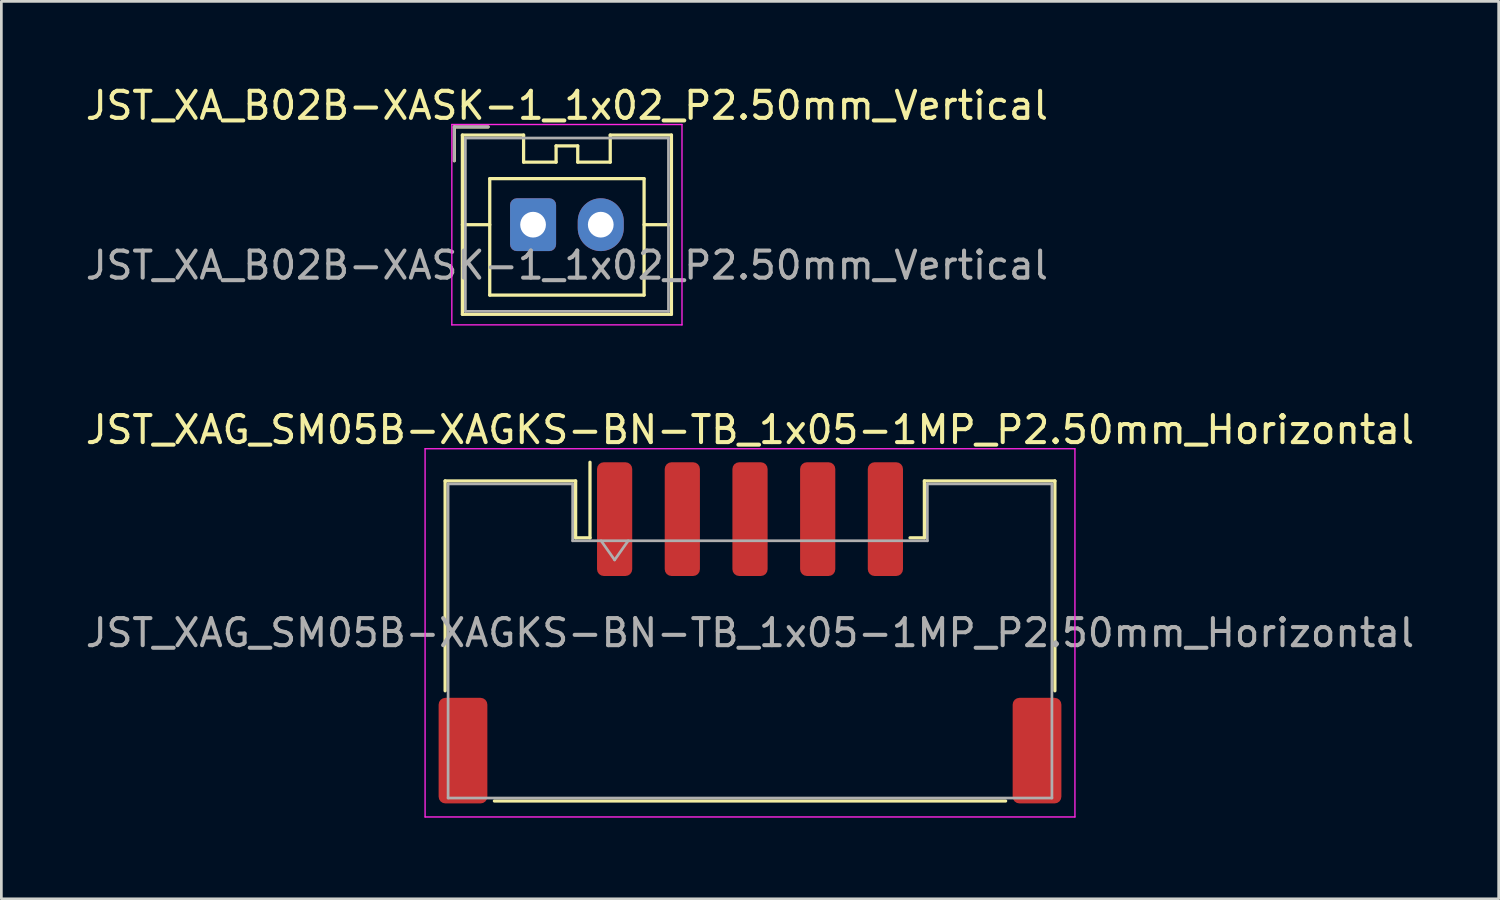
<source format=kicad_pcb>
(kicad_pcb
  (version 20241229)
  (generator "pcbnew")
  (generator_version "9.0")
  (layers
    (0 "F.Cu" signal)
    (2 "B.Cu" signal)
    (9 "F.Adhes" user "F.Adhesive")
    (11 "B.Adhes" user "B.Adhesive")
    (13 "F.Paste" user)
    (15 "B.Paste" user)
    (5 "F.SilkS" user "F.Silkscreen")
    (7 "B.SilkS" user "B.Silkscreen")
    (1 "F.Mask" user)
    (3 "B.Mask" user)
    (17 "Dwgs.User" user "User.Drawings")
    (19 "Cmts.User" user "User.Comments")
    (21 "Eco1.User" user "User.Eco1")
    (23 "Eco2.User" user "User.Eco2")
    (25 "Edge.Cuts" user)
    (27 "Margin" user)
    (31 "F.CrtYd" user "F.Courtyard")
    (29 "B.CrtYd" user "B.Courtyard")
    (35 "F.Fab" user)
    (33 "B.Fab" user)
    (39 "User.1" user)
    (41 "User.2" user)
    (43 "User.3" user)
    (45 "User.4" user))
  (footprint "JST_XA_B02B-XASK-1_1x02_P2.50mm_Vertical"
    (layer "F.Cu")
    (at 16.637 5.248)
    (property "Reference" "JST_XA_B02B-XASK-1_1x02_P2.50mm_Vertical" (at 1.25 -4.4 0) (layer "F.SilkS") (effects (font (size 1 1) (thickness 0.15))))
    (attr through_hole)
    (fp_line (start -2.91 -3.61) (end -2.91 -2.36) (stroke (width 0.12) (type solid)) (layer "F.SilkS"))
    (fp_line (start -2.61 -3.31) (end -2.61 3.31) (stroke (width 0.12) (type solid)) (layer "F.SilkS"))
    (fp_line (start -2.61 0) (end -1.6 0) (stroke (width 0.12) (type solid)) (layer "F.SilkS"))
    (fp_line (start -2.61 3.31) (end 5.11 3.31) (stroke (width 0.12) (type solid)) (layer "F.SilkS"))
    (fp_line (start -1.66 -3.61) (end -2.91 -3.61) (stroke (width 0.12) (type solid)) (layer "F.SilkS"))
    (fp_line (start -1.6 -1.7) (end -1.6 2.6) (stroke (width 0.12) (type solid)) (layer "F.SilkS"))
    (fp_line (start -1.6 2.6) (end 4.1 2.6) (stroke (width 0.12) (type solid)) (layer "F.SilkS"))
    (fp_line (start -0.35 -3.31) (end -2.61 -3.31) (stroke (width 0.12) (type solid)) (layer "F.SilkS"))
    (fp_line (start -0.35 -2.31) (end -0.35 -3.31) (stroke (width 0.12) (type solid)) (layer "F.SilkS"))
    (fp_line (start 0.85 -2.91) (end 0.85 -2.31) (stroke (width 0.12) (type solid)) (layer "F.SilkS"))
    (fp_line (start 0.85 -2.31) (end -0.35 -2.31) (stroke (width 0.12) (type solid)) (layer "F.SilkS"))
    (fp_line (start 1.65 -2.91) (end 0.85 -2.91) (stroke (width 0.12) (type solid)) (layer "F.SilkS"))
    (fp_line (start 1.65 -2.31) (end 1.65 -2.91) (stroke (width 0.12) (type solid)) (layer "F.SilkS"))
    (fp_line (start 2.85 -3.31) (end 2.85 -2.31) (stroke (width 0.12) (type solid)) (layer "F.SilkS"))
    (fp_line (start 2.85 -2.31) (end 1.65 -2.31) (stroke (width 0.12) (type solid)) (layer "F.SilkS"))
    (fp_line (start 4.1 -1.7) (end -1.6 -1.7) (stroke (width 0.12) (type solid)) (layer "F.SilkS"))
    (fp_line (start 4.1 2.6) (end 4.1 -1.7) (stroke (width 0.12) (type solid)) (layer "F.SilkS"))
    (fp_line (start 5.11 -3.31) (end 2.85 -3.31) (stroke (width 0.12) (type solid)) (layer "F.SilkS"))
    (fp_line (start 5.11 0) (end 4.1 0) (stroke (width 0.12) (type solid)) (layer "F.SilkS"))
    (fp_line (start 5.11 3.31) (end 5.11 -3.31) (stroke (width 0.12) (type solid)) (layer "F.SilkS"))
    (fp_line (start -3 -3.7) (end -3 3.7) (stroke (width 0.05) (type solid)) (layer "F.CrtYd"))
    (fp_line (start -3 3.7) (end 5.5 3.7) (stroke (width 0.05) (type solid)) (layer "F.CrtYd"))
    (fp_line (start 5.5 -3.7) (end -3 -3.7) (stroke (width 0.05) (type solid)) (layer "F.CrtYd"))
    (fp_line (start 5.5 3.7) (end 5.5 -3.7) (stroke (width 0.05) (type solid)) (layer "F.CrtYd"))
    (fp_line (start -2.91 -3.61) (end -2.91 -2.36) (stroke (width 0.1) (type solid)) (layer "F.Fab"))
    (fp_line (start -2.5 -3.2) (end -2.5 3.2) (stroke (width 0.1) (type solid)) (layer "F.Fab"))
    (fp_line (start -2.5 3.2) (end 5 3.2) (stroke (width 0.1) (type solid)) (layer "F.Fab"))
    (fp_line (start -1.66 -3.61) (end -2.91 -3.61) (stroke (width 0.1) (type solid)) (layer "F.Fab"))
    (fp_line (start 5 -3.2) (end -2.5 -3.2) (stroke (width 0.1) (type solid)) (layer "F.Fab"))
    (fp_line (start 5 3.2) (end 5 -3.2) (stroke (width 0.1) (type solid)) (layer "F.Fab"))
    (fp_text user "${REFERENCE}" (at 1.25 1.5 0) (layer "F.Fab") (effects (font (size 1 1) (thickness 0.15))))
    (pad "1" thru_hole roundrect (at 0 0) (size 1.7 1.95) (drill 0.95) (layers "*.Cu" "*.Mask") (roundrect_rratio 0.147))
    (pad "2" thru_hole oval (at 2.5 0) (size 1.7 1.95) (drill 0.95) (layers "*.Cu" "*.Mask")))
  (footprint "JST_XAG_SM05B-XAGKS-BN-TB_1x05-1MP_P2.50mm_Horizontal"
    (layer "F.Cu")
    (at 24.649 20.322)
    (property "Reference" "JST_XAG_SM05B-XAGKS-BN-TB_1x05-1MP_P2.50mm_Horizontal" (at 0 -7.5 0) (layer "F.SilkS") (effects (font (size 1 1) (thickness 0.15))))
    (attr smd)
    (fp_line (start -11.26 -5.61) (end -6.44 -5.61) (stroke (width 0.12) (type solid)) (layer "F.SilkS"))
    (fp_line (start -11.26 2.14) (end -11.26 -5.61) (stroke (width 0.12) (type solid)) (layer "F.SilkS"))
    (fp_line (start -9.44 6.21) (end 9.44 6.21) (stroke (width 0.12) (type solid)) (layer "F.SilkS"))
    (fp_line (start -6.44 -5.61) (end -6.44 -3.51) (stroke (width 0.12) (type solid)) (layer "F.SilkS"))
    (fp_line (start -6.44 -3.51) (end -5.91 -3.51) (stroke (width 0.12) (type solid)) (layer "F.SilkS"))
    (fp_line (start -5.91 -3.51) (end -5.91 -6.3) (stroke (width 0.12) (type solid)) (layer "F.SilkS"))
    (fp_line (start 6.44 -5.61) (end 6.44 -3.51) (stroke (width 0.12) (type solid)) (layer "F.SilkS"))
    (fp_line (start 6.44 -3.51) (end 5.91 -3.51) (stroke (width 0.12) (type solid)) (layer "F.SilkS"))
    (fp_line (start 11.26 -5.61) (end 6.44 -5.61) (stroke (width 0.12) (type solid)) (layer "F.SilkS"))
    (fp_line (start 11.26 2.14) (end 11.26 -5.61) (stroke (width 0.12) (type solid)) (layer "F.SilkS"))
    (fp_line (start -12 -6.8) (end -12 6.8) (stroke (width 0.05) (type solid)) (layer "F.CrtYd"))
    (fp_line (start -12 6.8) (end 12 6.8) (stroke (width 0.05) (type solid)) (layer "F.CrtYd"))
    (fp_line (start 12 -6.8) (end -12 -6.8) (stroke (width 0.05) (type solid)) (layer "F.CrtYd"))
    (fp_line (start 12 6.8) (end 12 -6.8) (stroke (width 0.05) (type solid)) (layer "F.CrtYd"))
    (fp_line (start -11.15 -5.5) (end -11.15 6.1) (stroke (width 0.1) (type solid)) (layer "F.Fab"))
    (fp_line (start -11.15 -5.5) (end -6.55 -5.5) (stroke (width 0.1) (type solid)) (layer "F.Fab"))
    (fp_line (start -11.15 6.1) (end 11.15 6.1) (stroke (width 0.1) (type solid)) (layer "F.Fab"))
    (fp_line (start -6.55 -5.5) (end -6.55 -3.4) (stroke (width 0.1) (type solid)) (layer "F.Fab"))
    (fp_line (start -6.55 -3.4) (end 6.55 -3.4) (stroke (width 0.1) (type solid)) (layer "F.Fab"))
    (fp_line (start -5.5 -3.4) (end -5 -2.693) (stroke (width 0.1) (type solid)) (layer "F.Fab"))
    (fp_line (start -5 -2.693) (end -4.5 -3.4) (stroke (width 0.1) (type solid)) (layer "F.Fab"))
    (fp_line (start 6.55 -5.5) (end 11.15 -5.5) (stroke (width 0.1) (type solid)) (layer "F.Fab"))
    (fp_line (start 6.55 -3.4) (end 6.55 -5.5) (stroke (width 0.1) (type solid)) (layer "F.Fab"))
    (fp_line (start 11.15 -5.5) (end 11.15 6.1) (stroke (width 0.1) (type solid)) (layer "F.Fab"))
    (fp_text user "${REFERENCE}" (at 0 0 0) (layer "F.Fab") (effects (font (size 1 1) (thickness 0.15))))
    (pad "1" smd roundrect (at -5 -4.2) (size 1.3 4.2) (layers "F.Cu" "F.Mask" "F.Paste") (roundrect_rratio 0.192))
    (pad "2" smd roundrect (at -2.5 -4.2) (size 1.3 4.2) (layers "F.Cu" "F.Mask" "F.Paste") (roundrect_rratio 0.192))
    (pad "3" smd roundrect (at 0 -4.2) (size 1.3 4.2) (layers "F.Cu" "F.Mask" "F.Paste") (roundrect_rratio 0.192))
    (pad "4" smd roundrect (at 2.5 -4.2) (size 1.3 4.2) (layers "F.Cu" "F.Mask" "F.Paste") (roundrect_rratio 0.192))
    (pad "5" smd roundrect (at 5 -4.2) (size 1.3 4.2) (layers "F.Cu" "F.Mask" "F.Paste") (roundrect_rratio 0.192))
    (pad "MP" smd roundrect (at -10.6 4.35) (size 1.8 3.9) (layers "F.Cu" "F.Mask" "F.Paste") (roundrect_rratio 0.139))
    (pad "MP" smd roundrect (at 10.6 4.35) (size 1.8 3.9) (layers "F.Cu" "F.Mask" "F.Paste") (roundrect_rratio 0.139)))
  (gr_rect
    (start -3 -3)
    (end 52.298 30.146)
    (stroke (width 0.1) (type default))
    (fill no)
    (layer "Edge.Cuts")))
</source>
